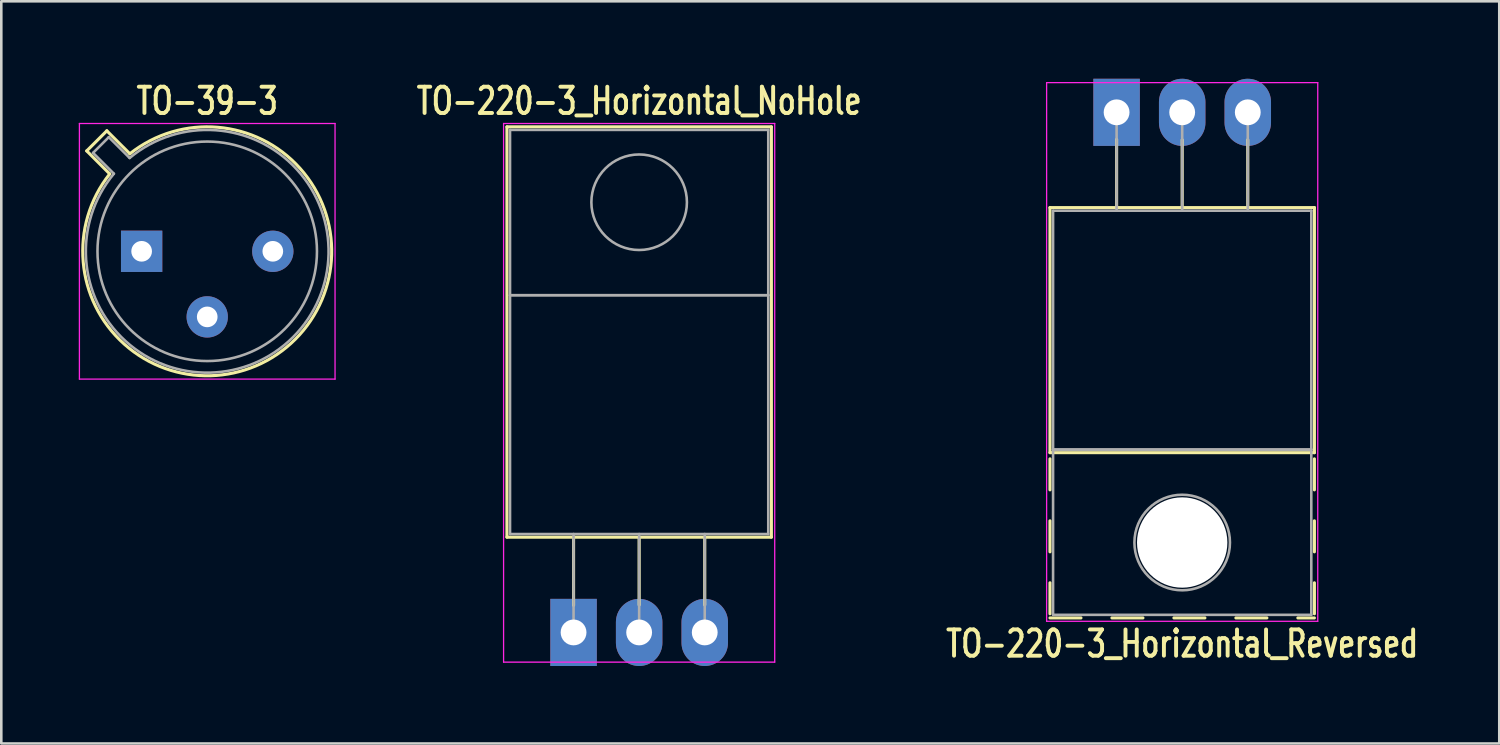
<source format=kicad_pcb>
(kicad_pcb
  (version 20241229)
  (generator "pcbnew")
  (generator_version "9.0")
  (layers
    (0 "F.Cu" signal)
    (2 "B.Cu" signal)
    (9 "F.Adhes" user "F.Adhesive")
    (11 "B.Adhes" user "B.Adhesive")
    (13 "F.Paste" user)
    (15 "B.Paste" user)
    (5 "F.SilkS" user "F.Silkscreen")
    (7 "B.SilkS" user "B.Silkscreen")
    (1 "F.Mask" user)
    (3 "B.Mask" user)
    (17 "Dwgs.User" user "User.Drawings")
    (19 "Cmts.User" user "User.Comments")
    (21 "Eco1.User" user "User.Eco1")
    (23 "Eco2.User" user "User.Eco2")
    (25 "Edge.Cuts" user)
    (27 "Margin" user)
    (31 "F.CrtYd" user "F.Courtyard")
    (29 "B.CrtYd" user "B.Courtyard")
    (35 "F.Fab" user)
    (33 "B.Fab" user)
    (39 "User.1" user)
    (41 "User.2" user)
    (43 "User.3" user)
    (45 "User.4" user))
  (footprint "TO-220-3_Horizontal_Reversed"
    (layer "F.Cu")
    (at 40.192 1.3)
    (property "Reference" "TO-220-3_Horizontal_Reversed" (at 2.54 20.58 0) (layer "F.SilkS") (effects (font (size 1.016 0.762) (thickness 0.152))))
    (attr through_hole)
    (fp_line (start -2.58 3.69) (end -2.58 13.18) (stroke (width 0.12) (type solid)) (layer "F.SilkS"))
    (fp_line (start -2.58 3.69) (end 7.66 3.69) (stroke (width 0.12) (type solid)) (layer "F.SilkS"))
    (fp_line (start -2.58 13.18) (end 7.66 13.18) (stroke (width 0.12) (type solid)) (layer "F.SilkS"))
    (fp_line (start -2.58 13.42) (end -2.58 14.62) (stroke (width 0.12) (type solid)) (layer "F.SilkS"))
    (fp_line (start -2.58 15.82) (end -2.58 17.02) (stroke (width 0.12) (type solid)) (layer "F.SilkS"))
    (fp_line (start -2.58 18.22) (end -2.58 19.42) (stroke (width 0.12) (type solid)) (layer "F.SilkS"))
    (fp_line (start -2.58 19.58) (end -1.38 19.58) (stroke (width 0.12) (type solid)) (layer "F.SilkS"))
    (fp_line (start -0.181 19.58) (end 1.02 19.58) (stroke (width 0.12) (type solid)) (layer "F.SilkS"))
    (fp_line (start 0 1.05) (end 0 3.69) (stroke (width 0.12) (type solid)) (layer "F.SilkS"))
    (fp_line (start 2.22 19.58) (end 3.42 19.58) (stroke (width 0.12) (type solid)) (layer "F.SilkS"))
    (fp_line (start 2.54 1.066) (end 2.54 3.69) (stroke (width 0.12) (type solid)) (layer "F.SilkS"))
    (fp_line (start 4.62 19.58) (end 5.82 19.58) (stroke (width 0.12) (type solid)) (layer "F.SilkS"))
    (fp_line (start 5.08 1.066) (end 5.08 3.69) (stroke (width 0.12) (type solid)) (layer "F.SilkS"))
    (fp_line (start 7.02 19.58) (end 7.66 19.58) (stroke (width 0.12) (type solid)) (layer "F.SilkS"))
    (fp_line (start 7.66 3.69) (end 7.66 13.18) (stroke (width 0.12) (type solid)) (layer "F.SilkS"))
    (fp_line (start 7.66 13.42) (end 7.66 14.62) (stroke (width 0.12) (type solid)) (layer "F.SilkS"))
    (fp_line (start 7.66 15.82) (end 7.66 17.02) (stroke (width 0.12) (type solid)) (layer "F.SilkS"))
    (fp_line (start 7.66 18.22) (end 7.66 19.42) (stroke (width 0.12) (type solid)) (layer "F.SilkS"))
    (fp_line (start -2.71 -1.15) (end -2.71 19.71) (stroke (width 0.05) (type solid)) (layer "F.CrtYd"))
    (fp_line (start -2.71 19.71) (end 7.79 19.71) (stroke (width 0.05) (type solid)) (layer "F.CrtYd"))
    (fp_line (start 7.79 -1.15) (end -2.71 -1.15) (stroke (width 0.05) (type solid)) (layer "F.CrtYd"))
    (fp_line (start 7.79 19.71) (end 7.79 -1.15) (stroke (width 0.05) (type solid)) (layer "F.CrtYd"))
    (fp_line (start -2.46 3.81) (end -2.46 13.06) (stroke (width 0.1) (type solid)) (layer "F.Fab"))
    (fp_line (start -2.46 13.06) (end -2.46 19.46) (stroke (width 0.1) (type solid)) (layer "F.Fab"))
    (fp_line (start -2.46 13.06) (end 7.54 13.06) (stroke (width 0.1) (type solid)) (layer "F.Fab"))
    (fp_line (start -2.46 19.46) (end 7.54 19.46) (stroke (width 0.1) (type solid)) (layer "F.Fab"))
    (fp_line (start 0 3.81) (end 0 0) (stroke (width 0.1) (type solid)) (layer "F.Fab"))
    (fp_line (start 2.54 3.81) (end 2.54 0) (stroke (width 0.1) (type solid)) (layer "F.Fab"))
    (fp_line (start 5.08 3.81) (end 5.08 0) (stroke (width 0.1) (type solid)) (layer "F.Fab"))
    (fp_line (start 7.54 3.81) (end -2.46 3.81) (stroke (width 0.1) (type solid)) (layer "F.Fab"))
    (fp_line (start 7.54 13.06) (end -2.46 13.06) (stroke (width 0.1) (type solid)) (layer "F.Fab"))
    (fp_line (start 7.54 13.06) (end 7.54 3.81) (stroke (width 0.1) (type solid)) (layer "F.Fab"))
    (fp_line (start 7.54 19.46) (end 7.54 13.06) (stroke (width 0.1) (type solid)) (layer "F.Fab"))
    (fp_circle (center 2.54 16.66) (end 4.39 16.66) (stroke (width 0.1) (type solid)) (fill no) (layer "F.Fab"))
    (pad "" np_thru_hole oval (at 2.54 16.66) (size 3.5 3.5) (drill 3.5) (layers "*.Cu" "*.Mask"))
    (pad "1" thru_hole rect (at 0 0) (size 1.8 2.6) (drill 1) (layers "*.Cu" "*.Mask"))
    (pad "2" thru_hole oval (at 2.54 0) (size 1.8 2.6) (drill 1) (layers "*.Cu" "*.Mask"))
    (pad "3" thru_hole oval (at 5.08 0) (size 1.8 2.6) (drill 1) (layers "*.Cu" "*.Mask")))
  (footprint "TO-39-3"
    (layer "F.Cu")
    (at 2.435 6.682)
    (property "Reference" "TO-39-3" (at 2.54 -5.82 0) (layer "F.SilkS") (effects (font (size 1.016 0.762) (thickness 0.152))))
    (attr through_hole)
    (fp_line (start -2.126 -3.888) (end -1.235 -2.997) (stroke (width 0.12) (type solid)) (layer "F.SilkS"))
    (fp_line (start -1.348 -4.666) (end -2.126 -3.888) (stroke (width 0.12) (type solid)) (layer "F.SilkS"))
    (fp_line (start -0.457 -3.775) (end -1.348 -4.666) (stroke (width 0.12) (type solid)) (layer "F.SilkS"))
    (fp_arc (start -0.457084 -3.774902) (mid 5.948125 3.408384) (end -1.234674 -2.997371) (stroke (width 0.12) (type solid)) (layer "F.SilkS"))
    (fp_line (start -2.41 -4.95) (end -2.41 4.95) (stroke (width 0.05) (type solid)) (layer "F.CrtYd"))
    (fp_line (start -2.41 4.95) (end 7.49 4.95) (stroke (width 0.05) (type solid)) (layer "F.CrtYd"))
    (fp_line (start 7.49 -4.95) (end -2.41 -4.95) (stroke (width 0.05) (type solid)) (layer "F.CrtYd"))
    (fp_line (start 7.49 4.95) (end 7.49 -4.95) (stroke (width 0.05) (type solid)) (layer "F.CrtYd"))
    (fp_line (start -1.88 -3.812) (end -1.074 -3.005) (stroke (width 0.1) (type solid)) (layer "F.Fab"))
    (fp_line (start -1.272 -4.42) (end -1.88 -3.812) (stroke (width 0.1) (type solid)) (layer "F.Fab"))
    (fp_line (start -0.465 -3.614) (end -1.272 -4.42) (stroke (width 0.1) (type solid)) (layer "F.Fab"))
    (fp_arc (start -0.465408 -3.61352) (mid 5.863443 3.323361) (end -1.073594 -3.005319) (stroke (width 0.1) (type solid)) (layer "F.Fab"))
    (fp_circle (center 2.54 0) (end 6.79 0) (stroke (width 0.1) (type solid)) (fill no) (layer "F.Fab"))
    (pad "1" thru_hole rect (at 0 0) (size 1.6 1.6) (drill 0.8) (layers "*.Cu" "*.Mask"))
    (pad "2" thru_hole oval (at 2.54 2.54) (size 1.6 1.6) (drill 0.8) (layers "*.Cu" "*.Mask"))
    (pad "3" thru_hole oval (at 5.08 0) (size 1.6 1.6) (drill 0.8) (layers "*.Cu" "*.Mask")))
  (footprint "TO-220-3_Horizontal_NoHole"
    (layer "F.Cu")
    (at 19.162 21.442)
    (property "Reference" "TO-220-3_Horizontal_NoHole" (at 2.54 -20.58 0) (layer "F.SilkS") (effects (font (size 1.016 0.762) (thickness 0.152))))
    (attr through_hole)
    (fp_line (start -2.58 -19.58) (end -2.58 -3.69) (stroke (width 0.12) (type solid)) (layer "F.SilkS"))
    (fp_line (start -2.58 -19.58) (end 7.66 -19.58) (stroke (width 0.12) (type solid)) (layer "F.SilkS"))
    (fp_line (start -2.58 -3.69) (end 7.66 -3.69) (stroke (width 0.12) (type solid)) (layer "F.SilkS"))
    (fp_line (start 0 -3.69) (end 0 -1.05) (stroke (width 0.12) (type solid)) (layer "F.SilkS"))
    (fp_line (start 2.54 -3.69) (end 2.54 -1.066) (stroke (width 0.12) (type solid)) (layer "F.SilkS"))
    (fp_line (start 5.08 -3.69) (end 5.08 -1.066) (stroke (width 0.12) (type solid)) (layer "F.SilkS"))
    (fp_line (start 7.66 -19.58) (end 7.66 -3.69) (stroke (width 0.12) (type solid)) (layer "F.SilkS"))
    (fp_line (start -2.71 -19.71) (end -2.71 1.15) (stroke (width 0.05) (type solid)) (layer "F.CrtYd"))
    (fp_line (start -2.71 1.15) (end 7.79 1.15) (stroke (width 0.05) (type solid)) (layer "F.CrtYd"))
    (fp_line (start 7.79 -19.71) (end -2.71 -19.71) (stroke (width 0.05) (type solid)) (layer "F.CrtYd"))
    (fp_line (start 7.79 1.15) (end 7.79 -19.71) (stroke (width 0.05) (type solid)) (layer "F.CrtYd"))
    (fp_line (start -2.46 -19.46) (end 7.54 -19.46) (stroke (width 0.1) (type solid)) (layer "F.Fab"))
    (fp_line (start -2.46 -13.06) (end -2.46 -19.46) (stroke (width 0.1) (type solid)) (layer "F.Fab"))
    (fp_line (start -2.46 -13.06) (end 7.54 -13.06) (stroke (width 0.1) (type solid)) (layer "F.Fab"))
    (fp_line (start -2.46 -3.81) (end -2.46 -13.06) (stroke (width 0.1) (type solid)) (layer "F.Fab"))
    (fp_line (start 0 -3.81) (end 0 0) (stroke (width 0.1) (type solid)) (layer "F.Fab"))
    (fp_line (start 2.54 -3.81) (end 2.54 0) (stroke (width 0.1) (type solid)) (layer "F.Fab"))
    (fp_line (start 5.08 -3.81) (end 5.08 0) (stroke (width 0.1) (type solid)) (layer "F.Fab"))
    (fp_line (start 7.54 -19.46) (end 7.54 -13.06) (stroke (width 0.1) (type solid)) (layer "F.Fab"))
    (fp_line (start 7.54 -13.06) (end -2.46 -13.06) (stroke (width 0.1) (type solid)) (layer "F.Fab"))
    (fp_line (start 7.54 -13.06) (end 7.54 -3.81) (stroke (width 0.1) (type solid)) (layer "F.Fab"))
    (fp_line (start 7.54 -3.81) (end -2.46 -3.81) (stroke (width 0.1) (type solid)) (layer "F.Fab"))
    (fp_circle (center 2.54 -16.66) (end 4.39 -16.66) (stroke (width 0.1) (type solid)) (fill no) (layer "F.Fab"))
    (pad "1" thru_hole rect (at 0 0) (size 1.8 2.6) (drill 1) (layers "*.Cu" "*.Mask"))
    (pad "2" thru_hole oval (at 2.54 0) (size 1.8 2.6) (drill 1) (layers "*.Cu" "*.Mask"))
    (pad "3" thru_hole oval (at 5.08 0) (size 1.8 2.6) (drill 1) (layers "*.Cu" "*.Mask")))
  (gr_rect
    (start -3 -3)
    (end 55.011 25.742)
    (stroke (width 0.1) (type default))
    (fill no)
    (layer "Edge.Cuts")))
</source>
